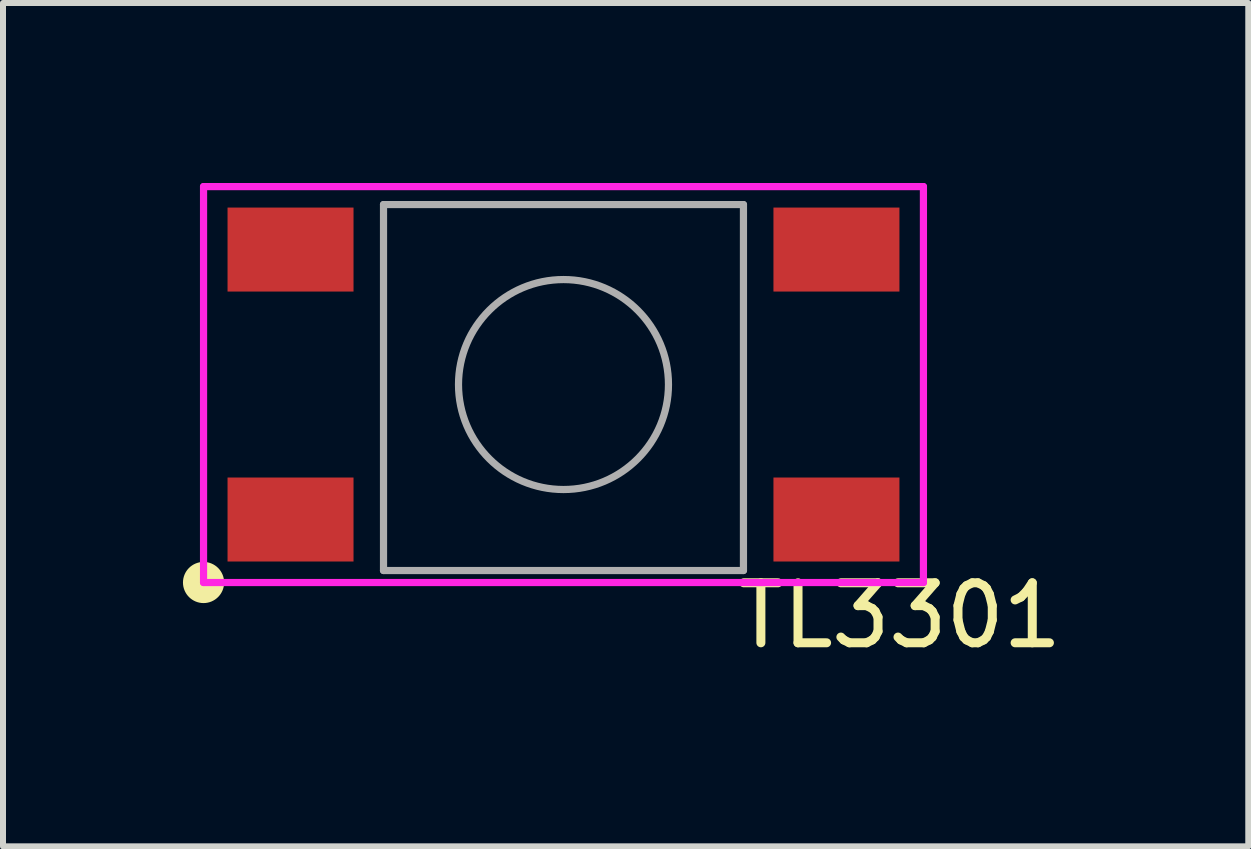
<source format=kicad_pcb>
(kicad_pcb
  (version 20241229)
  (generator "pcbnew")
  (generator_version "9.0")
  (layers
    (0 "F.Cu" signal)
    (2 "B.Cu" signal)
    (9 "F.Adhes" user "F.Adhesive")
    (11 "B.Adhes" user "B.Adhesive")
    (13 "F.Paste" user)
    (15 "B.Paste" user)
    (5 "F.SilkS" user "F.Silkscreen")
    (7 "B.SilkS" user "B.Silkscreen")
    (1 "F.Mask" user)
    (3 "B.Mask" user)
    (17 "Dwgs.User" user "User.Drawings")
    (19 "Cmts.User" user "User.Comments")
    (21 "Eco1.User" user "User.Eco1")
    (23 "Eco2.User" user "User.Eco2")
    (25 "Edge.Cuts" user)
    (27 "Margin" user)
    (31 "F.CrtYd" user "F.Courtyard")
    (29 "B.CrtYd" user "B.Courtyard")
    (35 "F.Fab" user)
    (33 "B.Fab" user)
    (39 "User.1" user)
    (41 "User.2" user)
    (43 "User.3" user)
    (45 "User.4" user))
  (footprint "TL3301"
    (layer "F.Cu")
    (at 6.343 3.36)
    (property "Reference" "TL3301" (at 5.6 3.85 0) (layer "F.SilkS") (effects (font (size 1 1) (thickness 0.15))))
    (attr through_hole)
    (fp_circle (center -6 3.3) (end -6 3.2) (stroke (width 0.12) (type solid)) (fill no) (layer "F.SilkS"))
    (fp_circle (center -6 3.3) (end -5.9 3.1) (stroke (width 0.12) (type solid)) (fill no) (layer "F.SilkS"))
    (fp_circle (center -6 3.3) (end -5.9 3.2) (stroke (width 0.12) (type solid)) (fill no) (layer "F.SilkS"))
    (fp_circle (center -6 3.3) (end -5.717 3.3) (stroke (width 0.12) (type solid)) (fill no) (layer "F.SilkS"))
    (fp_line (start -6 -3.3) (end 6 -3.3) (stroke (width 0.12) (type solid)) (layer "F.CrtYd"))
    (fp_line (start -6 3.3) (end -6 -3.3) (stroke (width 0.12) (type solid)) (layer "F.CrtYd"))
    (fp_line (start 6 -3.3) (end 6 3.3) (stroke (width 0.12) (type solid)) (layer "F.CrtYd"))
    (fp_line (start 6 3.3) (end -6 3.3) (stroke (width 0.12) (type solid)) (layer "F.CrtYd"))
    (fp_line (start -3 -3) (end 3 -3) (stroke (width 0.12) (type solid)) (layer "F.Fab"))
    (fp_line (start -3 3.1) (end -3 -3) (stroke (width 0.12) (type solid)) (layer "F.Fab"))
    (fp_line (start 3 -3) (end 3 3.1) (stroke (width 0.12) (type solid)) (layer "F.Fab"))
    (fp_line (start 3 3.1) (end -3 3.1) (stroke (width 0.12) (type solid)) (layer "F.Fab"))
    (fp_circle (center 0 0) (end 1.75 0) (stroke (width 0.12) (type solid)) (fill no) (layer "F.Fab"))
    (pad "1" smd rect (at -4.55 2.25) (size 2.1 1.4) (layers "F.Cu" "F.Mask" "F.Paste"))
    (pad "2" smd rect (at 4.55 2.25) (size 2.1 1.4) (layers "F.Cu" "F.Mask" "F.Paste"))
    (pad "3" smd rect (at -4.55 -2.25) (size 2.1 1.4) (layers "F.Cu" "F.Mask" "F.Paste"))
    (pad "4" smd rect (at 4.55 -2.25) (size 2.1 1.4) (layers "F.Cu" "F.Mask" "F.Paste")))
  (gr_rect
    (start -3 -3)
    (end 17.758 11.058)
    (stroke (width 0.1) (type default))
    (fill no)
    (layer "Edge.Cuts")))
</source>
